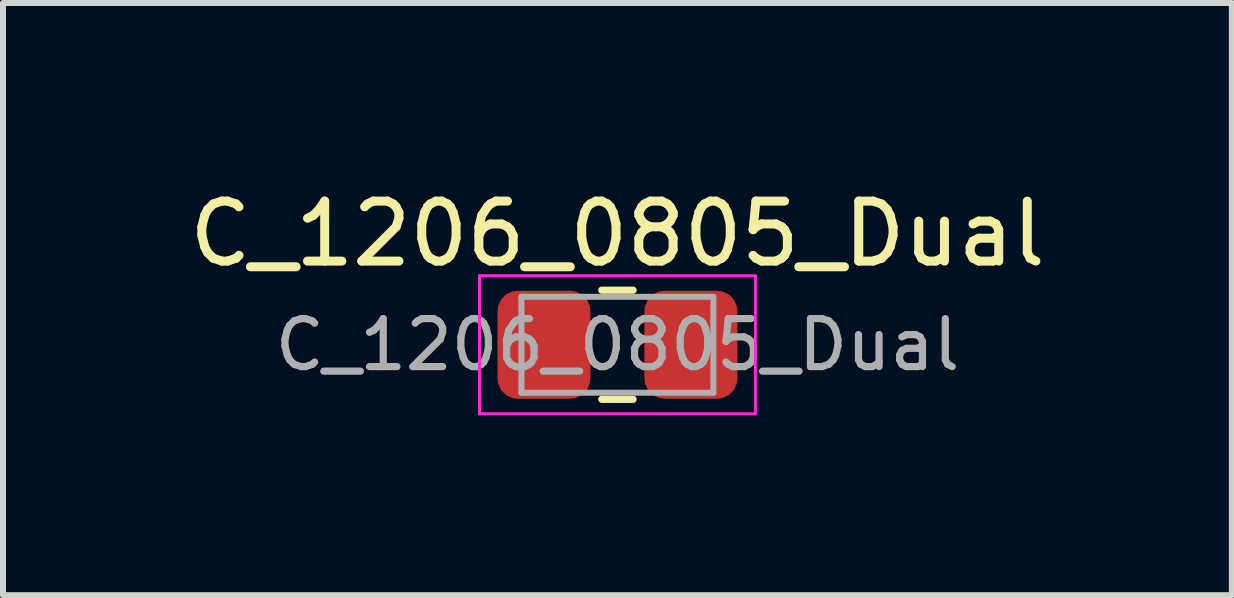
<source format=kicad_pcb>
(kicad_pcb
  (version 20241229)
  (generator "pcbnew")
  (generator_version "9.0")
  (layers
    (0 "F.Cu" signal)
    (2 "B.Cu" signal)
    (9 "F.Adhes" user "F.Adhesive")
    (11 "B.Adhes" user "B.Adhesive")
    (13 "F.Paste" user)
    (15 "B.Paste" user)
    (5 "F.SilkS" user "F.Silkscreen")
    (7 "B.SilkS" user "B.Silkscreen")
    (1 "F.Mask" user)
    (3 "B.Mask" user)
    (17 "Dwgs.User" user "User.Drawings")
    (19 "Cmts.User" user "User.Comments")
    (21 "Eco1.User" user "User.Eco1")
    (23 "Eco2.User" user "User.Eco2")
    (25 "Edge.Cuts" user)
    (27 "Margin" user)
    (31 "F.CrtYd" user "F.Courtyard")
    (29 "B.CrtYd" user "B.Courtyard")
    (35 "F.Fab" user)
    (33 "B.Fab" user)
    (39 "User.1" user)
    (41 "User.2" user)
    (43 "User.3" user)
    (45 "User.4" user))
  (footprint "C_1206_0805_Dual"
    (layer "F.Cu")
    (at 7.244 2.698)
    (property "Reference" "C_1206_0805_Dual" (at 0 -1.85 0) (layer "F.SilkS") (effects (font (size 1 1) (thickness 0.15))))
    (attr smd)
    (fp_line (start -0.261 -0.91) (end 0.261 -0.91) (stroke (width 0.12) (type solid)) (layer "F.SilkS"))
    (fp_line (start -0.261 0.91) (end 0.261 0.91) (stroke (width 0.12) (type solid)) (layer "F.SilkS"))
    (fp_line (start -2.3 -1.15) (end 2.3 -1.15) (stroke (width 0.05) (type solid)) (layer "F.CrtYd"))
    (fp_line (start -2.3 1.15) (end -2.3 -1.15) (stroke (width 0.05) (type solid)) (layer "F.CrtYd"))
    (fp_line (start 2.3 -1.15) (end 2.3 1.15) (stroke (width 0.05) (type solid)) (layer "F.CrtYd"))
    (fp_line (start 2.3 1.15) (end -2.3 1.15) (stroke (width 0.05) (type solid)) (layer "F.CrtYd"))
    (fp_line (start -1.6 -0.8) (end 1.6 -0.8) (stroke (width 0.1) (type solid)) (layer "F.Fab"))
    (fp_line (start -1.6 0.8) (end -1.6 -0.8) (stroke (width 0.1) (type solid)) (layer "F.Fab"))
    (fp_line (start 1.6 -0.8) (end 1.6 0.8) (stroke (width 0.1) (type solid)) (layer "F.Fab"))
    (fp_line (start 1.6 0.8) (end -1.6 0.8) (stroke (width 0.1) (type solid)) (layer "F.Fab"))
    (fp_text user "${REFERENCE}" (at 0 0 0) (layer "F.Fab") (effects (font (size 0.8 0.8) (thickness 0.12))))
    (pad "1" smd roundrect (at -1.225 0) (size 1.55 1.8) (layers "F.Cu" "F.Mask" "F.Paste") (roundrect_rratio 0.217))
    (pad "2" smd roundrect (at 1.225 0) (size 1.55 1.8) (layers "F.Cu" "F.Mask" "F.Paste") (roundrect_rratio 0.217)))
  (gr_rect
    (start -3 -3)
    (end 17.488 6.873)
    (stroke (width 0.1) (type default))
    (fill no)
    (layer "Edge.Cuts")))
</source>
